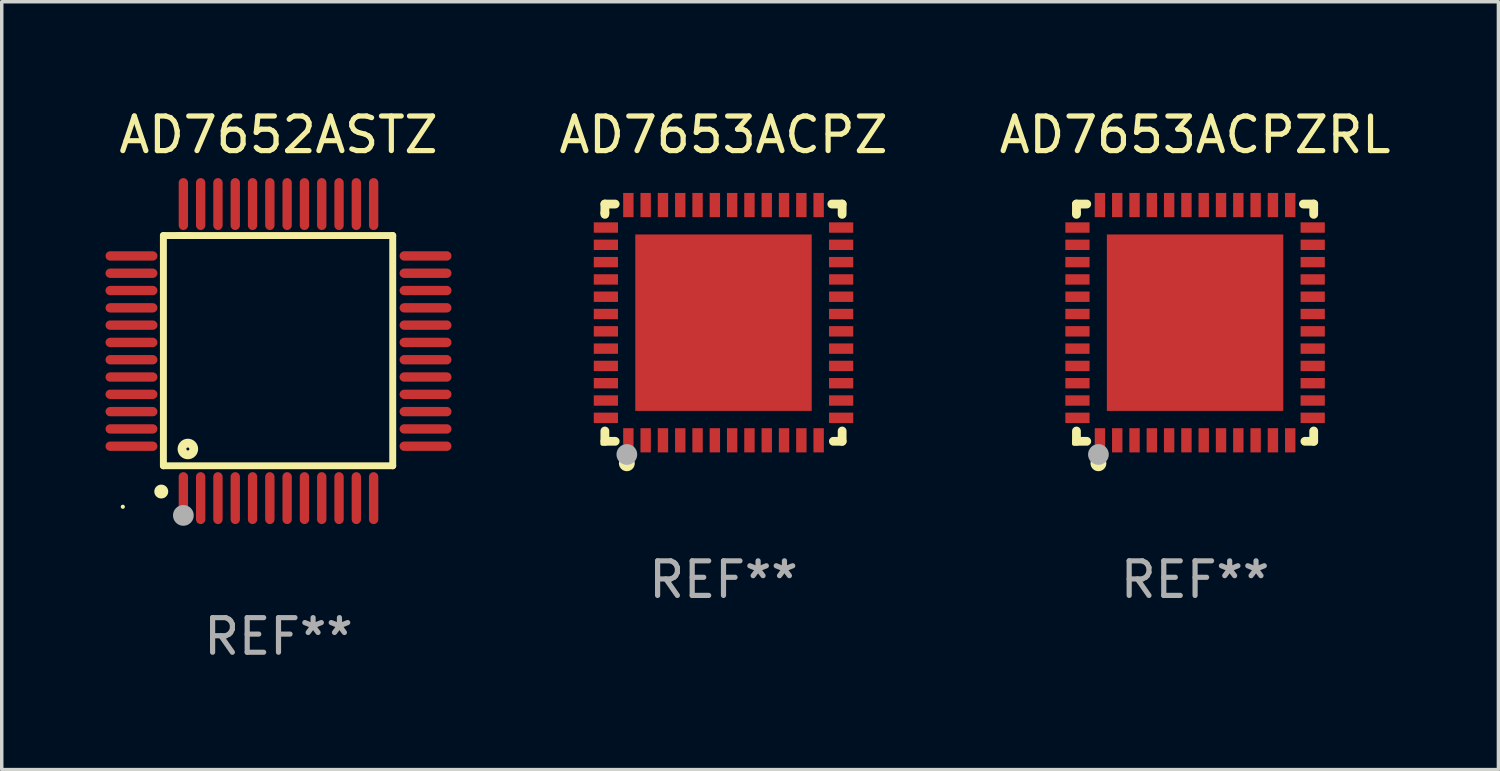
<source format=kicad_pcb>
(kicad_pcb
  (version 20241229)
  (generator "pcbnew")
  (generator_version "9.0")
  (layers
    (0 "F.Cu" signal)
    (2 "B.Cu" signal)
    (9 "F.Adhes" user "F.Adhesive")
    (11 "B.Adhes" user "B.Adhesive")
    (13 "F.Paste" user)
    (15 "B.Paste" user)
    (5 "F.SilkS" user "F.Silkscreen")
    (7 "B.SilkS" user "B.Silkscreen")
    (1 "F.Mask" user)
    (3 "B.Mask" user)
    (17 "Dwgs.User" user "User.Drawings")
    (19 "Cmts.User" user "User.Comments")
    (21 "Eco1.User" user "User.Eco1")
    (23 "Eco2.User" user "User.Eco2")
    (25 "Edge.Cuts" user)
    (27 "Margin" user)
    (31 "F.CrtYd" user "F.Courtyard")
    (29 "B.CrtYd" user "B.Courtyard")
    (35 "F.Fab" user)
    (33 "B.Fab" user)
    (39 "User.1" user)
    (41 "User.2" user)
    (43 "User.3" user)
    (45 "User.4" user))
  (footprint "AD7653ACPZRL"
    (layer "F.Cu")
    (at 31.494 6.277)
    (property "Reference" "AD7653ACPZRL" (at 0 -5.429 0) (layer "F.SilkS") (effects (font (size 1 1) (thickness 0.15))))
    (attr through_hole)
    (fp_line (start -3.429 -3.429) (end -3.429 -3.175) (stroke (width 0.254) (type solid)) (layer "F.SilkS"))
    (fp_line (start -3.429 -3.175) (end -3.429 -3.131) (stroke (width 0.254) (type solid)) (layer "F.SilkS"))
    (fp_line (start -3.429 3.131) (end -3.429 3.429) (stroke (width 0.254) (type solid)) (layer "F.SilkS"))
    (fp_line (start -3.429 3.429) (end -3.131 3.429) (stroke (width 0.254) (type solid)) (layer "F.SilkS"))
    (fp_line (start -3.131 -3.429) (end -3.429 -3.429) (stroke (width 0.254) (type solid)) (layer "F.SilkS"))
    (fp_line (start 3.131 -3.429) (end 3.429 -3.429) (stroke (width 0.254) (type solid)) (layer "F.SilkS"))
    (fp_line (start 3.429 -3.429) (end 3.429 -3.131) (stroke (width 0.254) (type solid)) (layer "F.SilkS"))
    (fp_line (start 3.429 3.131) (end 3.429 3.429) (stroke (width 0.254) (type solid)) (layer "F.SilkS"))
    (fp_line (start 3.429 3.429) (end 3.175 3.429) (stroke (width 0.254) (type solid)) (layer "F.SilkS"))
    (fp_circle (center -3.5 3.5) (end -3.47 3.5) (stroke (width 0.06) (type solid)) (fill no) (layer "F.SilkS"))
    (fp_circle (center -2.794 4.064) (end -2.667 4.064) (stroke (width 0.204) (type solid)) (fill no) (layer "F.SilkS"))
    (fp_circle (center -2.794 3.81) (end -2.644 3.81) (stroke (width 0.3) (type solid)) (fill no) (layer "F.Fab"))
    (fp_text user "REF**" (at 0 7.429 0) (layer "F.Fab") (effects (font (size 1 1) (thickness 0.15))))
    (pad "1" smd rect (at -2.75 3.4) (size 0.3 0.7) (layers "F.Cu" "F.Mask" "F.Paste"))
    (pad "2" smd rect (at -2.25 3.4) (size 0.3 0.7) (layers "F.Cu" "F.Mask" "F.Paste"))
    (pad "3" smd rect (at -1.75 3.4) (size 0.3 0.7) (layers "F.Cu" "F.Mask" "F.Paste"))
    (pad "4" smd rect (at -1.25 3.4) (size 0.3 0.7) (layers "F.Cu" "F.Mask" "F.Paste"))
    (pad "5" smd rect (at -0.75 3.4) (size 0.3 0.7) (layers "F.Cu" "F.Mask" "F.Paste"))
    (pad "6" smd rect (at -0.25 3.4) (size 0.3 0.7) (layers "F.Cu" "F.Mask" "F.Paste"))
    (pad "7" smd rect (at 0.25 3.4) (size 0.3 0.7) (layers "F.Cu" "F.Mask" "F.Paste"))
    (pad "8" smd rect (at 0.75 3.4) (size 0.3 0.7) (layers "F.Cu" "F.Mask" "F.Paste"))
    (pad "9" smd rect (at 1.25 3.4) (size 0.3 0.7) (layers "F.Cu" "F.Mask" "F.Paste"))
    (pad "10" smd rect (at 1.75 3.4) (size 0.3 0.7) (layers "F.Cu" "F.Mask" "F.Paste"))
    (pad "11" smd rect (at 2.25 3.4) (size 0.3 0.7) (layers "F.Cu" "F.Mask" "F.Paste"))
    (pad "12" smd rect (at 2.75 3.4) (size 0.3 0.7) (layers "F.Cu" "F.Mask" "F.Paste"))
    (pad "13" smd rect (at 3.4 2.75) (size 0.7 0.3) (layers "F.Cu" "F.Mask" "F.Paste"))
    (pad "14" smd rect (at 3.4 2.25) (size 0.7 0.3) (layers "F.Cu" "F.Mask" "F.Paste"))
    (pad "15" smd rect (at 3.4 1.75) (size 0.7 0.3) (layers "F.Cu" "F.Mask" "F.Paste"))
    (pad "16" smd rect (at 3.4 1.25) (size 0.7 0.3) (layers "F.Cu" "F.Mask" "F.Paste"))
    (pad "17" smd rect (at 3.4 0.75) (size 0.7 0.3) (layers "F.Cu" "F.Mask" "F.Paste"))
    (pad "18" smd rect (at 3.4 0.25) (size 0.7 0.3) (layers "F.Cu" "F.Mask" "F.Paste"))
    (pad "19" smd rect (at 3.4 -0.25) (size 0.7 0.3) (layers "F.Cu" "F.Mask" "F.Paste"))
    (pad "20" smd rect (at 3.4 -0.75) (size 0.7 0.3) (layers "F.Cu" "F.Mask" "F.Paste"))
    (pad "21" smd rect (at 3.4 -1.25) (size 0.7 0.3) (layers "F.Cu" "F.Mask" "F.Paste"))
    (pad "22" smd rect (at 3.4 -1.75) (size 0.7 0.3) (layers "F.Cu" "F.Mask" "F.Paste"))
    (pad "23" smd rect (at 3.4 -2.25) (size 0.7 0.3) (layers "F.Cu" "F.Mask" "F.Paste"))
    (pad "24" smd rect (at 3.4 -2.75) (size 0.7 0.3) (layers "F.Cu" "F.Mask" "F.Paste"))
    (pad "25" smd rect (at 2.75 -3.4) (size 0.3 0.7) (layers "F.Cu" "F.Mask" "F.Paste"))
    (pad "26" smd rect (at 2.25 -3.4) (size 0.3 0.7) (layers "F.Cu" "F.Mask" "F.Paste"))
    (pad "27" smd rect (at 1.75 -3.4) (size 0.3 0.7) (layers "F.Cu" "F.Mask" "F.Paste"))
    (pad "28" smd rect (at 1.25 -3.4) (size 0.3 0.7) (layers "F.Cu" "F.Mask" "F.Paste"))
    (pad "29" smd rect (at 0.75 -3.4) (size 0.3 0.7) (layers "F.Cu" "F.Mask" "F.Paste"))
    (pad "30" smd rect (at 0.25 -3.4) (size 0.3 0.7) (layers "F.Cu" "F.Mask" "F.Paste"))
    (pad "31" smd rect (at -0.25 -3.4) (size 0.3 0.7) (layers "F.Cu" "F.Mask" "F.Paste"))
    (pad "32" smd rect (at -0.75 -3.4) (size 0.3 0.7) (layers "F.Cu" "F.Mask" "F.Paste"))
    (pad "33" smd rect (at -1.25 -3.4) (size 0.3 0.7) (layers "F.Cu" "F.Mask" "F.Paste"))
    (pad "34" smd rect (at -1.75 -3.4) (size 0.3 0.7) (layers "F.Cu" "F.Mask" "F.Paste"))
    (pad "35" smd rect (at -2.25 -3.4) (size 0.3 0.7) (layers "F.Cu" "F.Mask" "F.Paste"))
    (pad "36" smd rect (at -2.75 -3.4) (size 0.3 0.7) (layers "F.Cu" "F.Mask" "F.Paste"))
    (pad "37" smd rect (at -3.4 -2.75) (size 0.7 0.3) (layers "F.Cu" "F.Mask" "F.Paste"))
    (pad "38" smd rect (at -3.4 -2.25) (size 0.7 0.3) (layers "F.Cu" "F.Mask" "F.Paste"))
    (pad "39" smd rect (at -3.4 -1.75) (size 0.7 0.3) (layers "F.Cu" "F.Mask" "F.Paste"))
    (pad "40" smd rect (at -3.4 -1.25) (size 0.7 0.3) (layers "F.Cu" "F.Mask" "F.Paste"))
    (pad "41" smd rect (at -3.4 -0.75) (size 0.7 0.3) (layers "F.Cu" "F.Mask" "F.Paste"))
    (pad "42" smd rect (at -3.4 -0.25) (size 0.7 0.3) (layers "F.Cu" "F.Mask" "F.Paste"))
    (pad "43" smd rect (at -3.4 0.25) (size 0.7 0.3) (layers "F.Cu" "F.Mask" "F.Paste"))
    (pad "44" smd rect (at -3.4 0.75) (size 0.7 0.3) (layers "F.Cu" "F.Mask" "F.Paste"))
    (pad "45" smd rect (at -3.4 1.25) (size 0.7 0.3) (layers "F.Cu" "F.Mask" "F.Paste"))
    (pad "46" smd rect (at -3.4 1.75) (size 0.7 0.3) (layers "F.Cu" "F.Mask" "F.Paste"))
    (pad "47" smd rect (at -3.4 2.25) (size 0.7 0.3) (layers "F.Cu" "F.Mask" "F.Paste"))
    (pad "48" smd rect (at -3.4 2.75) (size 0.7 0.3) (layers "F.Cu" "F.Mask" "F.Paste"))
    (pad "49" smd rect (at 0 0) (size 5.1 5.1) (layers "F.Cu" "F.Mask" "F.Paste")))
  (footprint "AD7652ASTZ"
    (layer "F.Cu")
    (at 5 7.098)
    (property "Reference" "AD7652ASTZ" (at 0 -6.25 0) (layer "F.SilkS") (effects (font (size 1 1) (thickness 0.15))))
    (attr through_hole)
    (fp_line (start -3.327 -3.34) (end -2.565 -3.34) (stroke (width 0.2) (type solid)) (layer "F.SilkS"))
    (fp_line (start -3.327 3.315) (end -3.327 -3.34) (stroke (width 0.2) (type solid)) (layer "F.SilkS"))
    (fp_line (start -2.896 -3.34) (end 3.302 -3.34) (stroke (width 0.2) (type solid)) (layer "F.SilkS"))
    (fp_line (start 3.302 -3.34) (end 3.302 3.315) (stroke (width 0.2) (type solid)) (layer "F.SilkS"))
    (fp_line (start 3.302 3.315) (end -3.327 3.315) (stroke (width 0.2) (type solid)) (layer "F.SilkS"))
    (fp_arc (start -3.389992 4.059995) (mid -3.388722 4.059991) (end -3.387452 4.059995) (stroke (width 0.4) (type solid)) (layer "F.SilkS"))
    (fp_circle (center -4.5 4.5) (end -4.47 4.5) (stroke (width 0.06) (type solid)) (fill no) (layer "F.SilkS"))
    (fp_circle (center -2.62 2.83) (end -2.45 2.83) (stroke (width 0.254) (type solid)) (fill no) (layer "F.SilkS"))
    (fp_circle (center -2.75 4.75) (end -2.6 4.75) (stroke (width 0.3) (type solid)) (fill no) (layer "F.Fab"))
    (fp_text user "REF**" (at 0 8.25 0) (layer "F.Fab") (effects (font (size 1 1) (thickness 0.15))))
    (pad "1" smd oval (at -2.75 4.25) (size 0.27 1.5) (layers "F.Cu" "F.Mask" "F.Paste"))
    (pad "2" smd oval (at -2.25 4.25) (size 0.27 1.5) (layers "F.Cu" "F.Mask" "F.Paste"))
    (pad "3" smd oval (at -1.75 4.25) (size 0.27 1.5) (layers "F.Cu" "F.Mask" "F.Paste"))
    (pad "4" smd oval (at -1.25 4.25) (size 0.27 1.5) (layers "F.Cu" "F.Mask" "F.Paste"))
    (pad "5" smd oval (at -0.75 4.25) (size 0.27 1.5) (layers "F.Cu" "F.Mask" "F.Paste"))
    (pad "6" smd oval (at -0.25 4.25) (size 0.27 1.5) (layers "F.Cu" "F.Mask" "F.Paste"))
    (pad "7" smd oval (at 0.25 4.25) (size 0.27 1.5) (layers "F.Cu" "F.Mask" "F.Paste"))
    (pad "8" smd oval (at 0.75 4.25) (size 0.27 1.5) (layers "F.Cu" "F.Mask" "F.Paste"))
    (pad "9" smd oval (at 1.25 4.25) (size 0.27 1.5) (layers "F.Cu" "F.Mask" "F.Paste"))
    (pad "10" smd oval (at 1.75 4.25) (size 0.27 1.5) (layers "F.Cu" "F.Mask" "F.Paste"))
    (pad "11" smd oval (at 2.25 4.25) (size 0.27 1.5) (layers "F.Cu" "F.Mask" "F.Paste"))
    (pad "12" smd oval (at 2.75 4.25) (size 0.27 1.5) (layers "F.Cu" "F.Mask" "F.Paste"))
    (pad "13" smd oval (at 4.25 2.75) (size 1.5 0.27) (layers "F.Cu" "F.Mask" "F.Paste"))
    (pad "14" smd oval (at 4.25 2.25) (size 1.5 0.27) (layers "F.Cu" "F.Mask" "F.Paste"))
    (pad "15" smd oval (at 4.25 1.75) (size 1.5 0.27) (layers "F.Cu" "F.Mask" "F.Paste"))
    (pad "16" smd oval (at 4.25 1.25) (size 1.5 0.27) (layers "F.Cu" "F.Mask" "F.Paste"))
    (pad "17" smd oval (at 4.25 0.75) (size 1.5 0.27) (layers "F.Cu" "F.Mask" "F.Paste"))
    (pad "18" smd oval (at 4.25 0.25) (size 1.5 0.27) (layers "F.Cu" "F.Mask" "F.Paste"))
    (pad "19" smd oval (at 4.25 -0.25) (size 1.5 0.27) (layers "F.Cu" "F.Mask" "F.Paste"))
    (pad "20" smd oval (at 4.25 -0.75) (size 1.5 0.27) (layers "F.Cu" "F.Mask" "F.Paste"))
    (pad "21" smd oval (at 4.25 -1.25) (size 1.5 0.27) (layers "F.Cu" "F.Mask" "F.Paste"))
    (pad "22" smd oval (at 4.25 -1.75) (size 1.5 0.27) (layers "F.Cu" "F.Mask" "F.Paste"))
    (pad "23" smd oval (at 4.25 -2.25) (size 1.5 0.27) (layers "F.Cu" "F.Mask" "F.Paste"))
    (pad "24" smd oval (at 4.25 -2.75) (size 1.5 0.27) (layers "F.Cu" "F.Mask" "F.Paste"))
    (pad "25" smd oval (at 2.75 -4.25) (size 0.27 1.5) (layers "F.Cu" "F.Mask" "F.Paste"))
    (pad "26" smd oval (at 2.25 -4.25) (size 0.27 1.5) (layers "F.Cu" "F.Mask" "F.Paste"))
    (pad "27" smd oval (at 1.75 -4.25) (size 0.27 1.5) (layers "F.Cu" "F.Mask" "F.Paste"))
    (pad "28" smd oval (at 1.25 -4.25) (size 0.27 1.5) (layers "F.Cu" "F.Mask" "F.Paste"))
    (pad "29" smd oval (at 0.75 -4.25) (size 0.27 1.5) (layers "F.Cu" "F.Mask" "F.Paste"))
    (pad "30" smd oval (at 0.25 -4.25) (size 0.27 1.5) (layers "F.Cu" "F.Mask" "F.Paste"))
    (pad "31" smd oval (at -0.25 -4.25) (size 0.27 1.5) (layers "F.Cu" "F.Mask" "F.Paste"))
    (pad "32" smd oval (at -0.75 -4.25) (size 0.27 1.5) (layers "F.Cu" "F.Mask" "F.Paste"))
    (pad "33" smd oval (at -1.25 -4.25) (size 0.27 1.5) (layers "F.Cu" "F.Mask" "F.Paste"))
    (pad "34" smd oval (at -1.75 -4.25) (size 0.27 1.5) (layers "F.Cu" "F.Mask" "F.Paste"))
    (pad "35" smd oval (at -2.25 -4.25) (size 0.27 1.5) (layers "F.Cu" "F.Mask" "F.Paste"))
    (pad "36" smd oval (at -2.75 -4.25) (size 0.27 1.5) (layers "F.Cu" "F.Mask" "F.Paste"))
    (pad "37" smd oval (at -4.25 -2.75) (size 1.5 0.27) (layers "F.Cu" "F.Mask" "F.Paste"))
    (pad "38" smd oval (at -4.25 -2.25) (size 1.5 0.27) (layers "F.Cu" "F.Mask" "F.Paste"))
    (pad "39" smd oval (at -4.25 -1.75) (size 1.5 0.27) (layers "F.Cu" "F.Mask" "F.Paste"))
    (pad "40" smd oval (at -4.25 -1.25) (size 1.5 0.27) (layers "F.Cu" "F.Mask" "F.Paste"))
    (pad "41" smd oval (at -4.25 -0.75) (size 1.5 0.27) (layers "F.Cu" "F.Mask" "F.Paste"))
    (pad "42" smd oval (at -4.25 -0.25) (size 1.5 0.27) (layers "F.Cu" "F.Mask" "F.Paste"))
    (pad "43" smd oval (at -4.25 0.25) (size 1.5 0.27) (layers "F.Cu" "F.Mask" "F.Paste"))
    (pad "44" smd oval (at -4.25 0.75) (size 1.5 0.27) (layers "F.Cu" "F.Mask" "F.Paste"))
    (pad "45" smd oval (at -4.25 1.25) (size 1.5 0.27) (layers "F.Cu" "F.Mask" "F.Paste"))
    (pad "46" smd oval (at -4.25 1.75) (size 1.5 0.27) (layers "F.Cu" "F.Mask" "F.Paste"))
    (pad "47" smd oval (at -4.25 2.25) (size 1.5 0.27) (layers "F.Cu" "F.Mask" "F.Paste"))
    (pad "48" smd oval (at -4.25 2.75) (size 1.5 0.27) (layers "F.Cu" "F.Mask" "F.Paste")))
  (footprint "AD7653ACPZ"
    (layer "F.Cu")
    (at 17.863 6.277)
    (property "Reference" "AD7653ACPZ" (at 0 -5.429 0) (layer "F.SilkS") (effects (font (size 1 1) (thickness 0.15))))
    (attr through_hole)
    (fp_line (start -3.429 -3.429) (end -3.429 -3.175) (stroke (width 0.254) (type solid)) (layer "F.SilkS"))
    (fp_line (start -3.429 -3.175) (end -3.429 -3.131) (stroke (width 0.254) (type solid)) (layer "F.SilkS"))
    (fp_line (start -3.429 3.131) (end -3.429 3.429) (stroke (width 0.254) (type solid)) (layer "F.SilkS"))
    (fp_line (start -3.429 3.429) (end -3.131 3.429) (stroke (width 0.254) (type solid)) (layer "F.SilkS"))
    (fp_line (start -3.131 -3.429) (end -3.429 -3.429) (stroke (width 0.254) (type solid)) (layer "F.SilkS"))
    (fp_line (start 3.131 -3.429) (end 3.429 -3.429) (stroke (width 0.254) (type solid)) (layer "F.SilkS"))
    (fp_line (start 3.429 -3.429) (end 3.429 -3.131) (stroke (width 0.254) (type solid)) (layer "F.SilkS"))
    (fp_line (start 3.429 3.131) (end 3.429 3.429) (stroke (width 0.254) (type solid)) (layer "F.SilkS"))
    (fp_line (start 3.429 3.429) (end 3.175 3.429) (stroke (width 0.254) (type solid)) (layer "F.SilkS"))
    (fp_circle (center -3.5 3.5) (end -3.47 3.5) (stroke (width 0.06) (type solid)) (fill no) (layer "F.SilkS"))
    (fp_circle (center -2.794 4.064) (end -2.667 4.064) (stroke (width 0.204) (type solid)) (fill no) (layer "F.SilkS"))
    (fp_circle (center -2.794 3.81) (end -2.644 3.81) (stroke (width 0.3) (type solid)) (fill no) (layer "F.Fab"))
    (fp_text user "REF**" (at 0 7.429 0) (layer "F.Fab") (effects (font (size 1 1) (thickness 0.15))))
    (pad "1" smd rect (at -2.75 3.4) (size 0.3 0.7) (layers "F.Cu" "F.Mask" "F.Paste"))
    (pad "2" smd rect (at -2.25 3.4) (size 0.3 0.7) (layers "F.Cu" "F.Mask" "F.Paste"))
    (pad "3" smd rect (at -1.75 3.4) (size 0.3 0.7) (layers "F.Cu" "F.Mask" "F.Paste"))
    (pad "4" smd rect (at -1.25 3.4) (size 0.3 0.7) (layers "F.Cu" "F.Mask" "F.Paste"))
    (pad "5" smd rect (at -0.75 3.4) (size 0.3 0.7) (layers "F.Cu" "F.Mask" "F.Paste"))
    (pad "6" smd rect (at -0.25 3.4) (size 0.3 0.7) (layers "F.Cu" "F.Mask" "F.Paste"))
    (pad "7" smd rect (at 0.25 3.4) (size 0.3 0.7) (layers "F.Cu" "F.Mask" "F.Paste"))
    (pad "8" smd rect (at 0.75 3.4) (size 0.3 0.7) (layers "F.Cu" "F.Mask" "F.Paste"))
    (pad "9" smd rect (at 1.25 3.4) (size 0.3 0.7) (layers "F.Cu" "F.Mask" "F.Paste"))
    (pad "10" smd rect (at 1.75 3.4) (size 0.3 0.7) (layers "F.Cu" "F.Mask" "F.Paste"))
    (pad "11" smd rect (at 2.25 3.4) (size 0.3 0.7) (layers "F.Cu" "F.Mask" "F.Paste"))
    (pad "12" smd rect (at 2.75 3.4) (size 0.3 0.7) (layers "F.Cu" "F.Mask" "F.Paste"))
    (pad "13" smd rect (at 3.4 2.75) (size 0.7 0.3) (layers "F.Cu" "F.Mask" "F.Paste"))
    (pad "14" smd rect (at 3.4 2.25) (size 0.7 0.3) (layers "F.Cu" "F.Mask" "F.Paste"))
    (pad "15" smd rect (at 3.4 1.75) (size 0.7 0.3) (layers "F.Cu" "F.Mask" "F.Paste"))
    (pad "16" smd rect (at 3.4 1.25) (size 0.7 0.3) (layers "F.Cu" "F.Mask" "F.Paste"))
    (pad "17" smd rect (at 3.4 0.75) (size 0.7 0.3) (layers "F.Cu" "F.Mask" "F.Paste"))
    (pad "18" smd rect (at 3.4 0.25) (size 0.7 0.3) (layers "F.Cu" "F.Mask" "F.Paste"))
    (pad "19" smd rect (at 3.4 -0.25) (size 0.7 0.3) (layers "F.Cu" "F.Mask" "F.Paste"))
    (pad "20" smd rect (at 3.4 -0.75) (size 0.7 0.3) (layers "F.Cu" "F.Mask" "F.Paste"))
    (pad "21" smd rect (at 3.4 -1.25) (size 0.7 0.3) (layers "F.Cu" "F.Mask" "F.Paste"))
    (pad "22" smd rect (at 3.4 -1.75) (size 0.7 0.3) (layers "F.Cu" "F.Mask" "F.Paste"))
    (pad "23" smd rect (at 3.4 -2.25) (size 0.7 0.3) (layers "F.Cu" "F.Mask" "F.Paste"))
    (pad "24" smd rect (at 3.4 -2.75) (size 0.7 0.3) (layers "F.Cu" "F.Mask" "F.Paste"))
    (pad "25" smd rect (at 2.75 -3.4) (size 0.3 0.7) (layers "F.Cu" "F.Mask" "F.Paste"))
    (pad "26" smd rect (at 2.25 -3.4) (size 0.3 0.7) (layers "F.Cu" "F.Mask" "F.Paste"))
    (pad "27" smd rect (at 1.75 -3.4) (size 0.3 0.7) (layers "F.Cu" "F.Mask" "F.Paste"))
    (pad "28" smd rect (at 1.25 -3.4) (size 0.3 0.7) (layers "F.Cu" "F.Mask" "F.Paste"))
    (pad "29" smd rect (at 0.75 -3.4) (size 0.3 0.7) (layers "F.Cu" "F.Mask" "F.Paste"))
    (pad "30" smd rect (at 0.25 -3.4) (size 0.3 0.7) (layers "F.Cu" "F.Mask" "F.Paste"))
    (pad "31" smd rect (at -0.25 -3.4) (size 0.3 0.7) (layers "F.Cu" "F.Mask" "F.Paste"))
    (pad "32" smd rect (at -0.75 -3.4) (size 0.3 0.7) (layers "F.Cu" "F.Mask" "F.Paste"))
    (pad "33" smd rect (at -1.25 -3.4) (size 0.3 0.7) (layers "F.Cu" "F.Mask" "F.Paste"))
    (pad "34" smd rect (at -1.75 -3.4) (size 0.3 0.7) (layers "F.Cu" "F.Mask" "F.Paste"))
    (pad "35" smd rect (at -2.25 -3.4) (size 0.3 0.7) (layers "F.Cu" "F.Mask" "F.Paste"))
    (pad "36" smd rect (at -2.75 -3.4) (size 0.3 0.7) (layers "F.Cu" "F.Mask" "F.Paste"))
    (pad "37" smd rect (at -3.4 -2.75) (size 0.7 0.3) (layers "F.Cu" "F.Mask" "F.Paste"))
    (pad "38" smd rect (at -3.4 -2.25) (size 0.7 0.3) (layers "F.Cu" "F.Mask" "F.Paste"))
    (pad "39" smd rect (at -3.4 -1.75) (size 0.7 0.3) (layers "F.Cu" "F.Mask" "F.Paste"))
    (pad "40" smd rect (at -3.4 -1.25) (size 0.7 0.3) (layers "F.Cu" "F.Mask" "F.Paste"))
    (pad "41" smd rect (at -3.4 -0.75) (size 0.7 0.3) (layers "F.Cu" "F.Mask" "F.Paste"))
    (pad "42" smd rect (at -3.4 -0.25) (size 0.7 0.3) (layers "F.Cu" "F.Mask" "F.Paste"))
    (pad "43" smd rect (at -3.4 0.25) (size 0.7 0.3) (layers "F.Cu" "F.Mask" "F.Paste"))
    (pad "44" smd rect (at -3.4 0.75) (size 0.7 0.3) (layers "F.Cu" "F.Mask" "F.Paste"))
    (pad "45" smd rect (at -3.4 1.25) (size 0.7 0.3) (layers "F.Cu" "F.Mask" "F.Paste"))
    (pad "46" smd rect (at -3.4 1.75) (size 0.7 0.3) (layers "F.Cu" "F.Mask" "F.Paste"))
    (pad "47" smd rect (at -3.4 2.25) (size 0.7 0.3) (layers "F.Cu" "F.Mask" "F.Paste"))
    (pad "48" smd rect (at -3.4 2.75) (size 0.7 0.3) (layers "F.Cu" "F.Mask" "F.Paste"))
    (pad "49" smd rect (at 0 0) (size 5.1 5.1) (layers "F.Cu" "F.Mask" "F.Paste")))
  (gr_rect
    (start -3 -3)
    (end 40.262 19.196)
    (stroke (width 0.1) (type default))
    (fill no)
    (layer "Edge.Cuts")))
</source>
